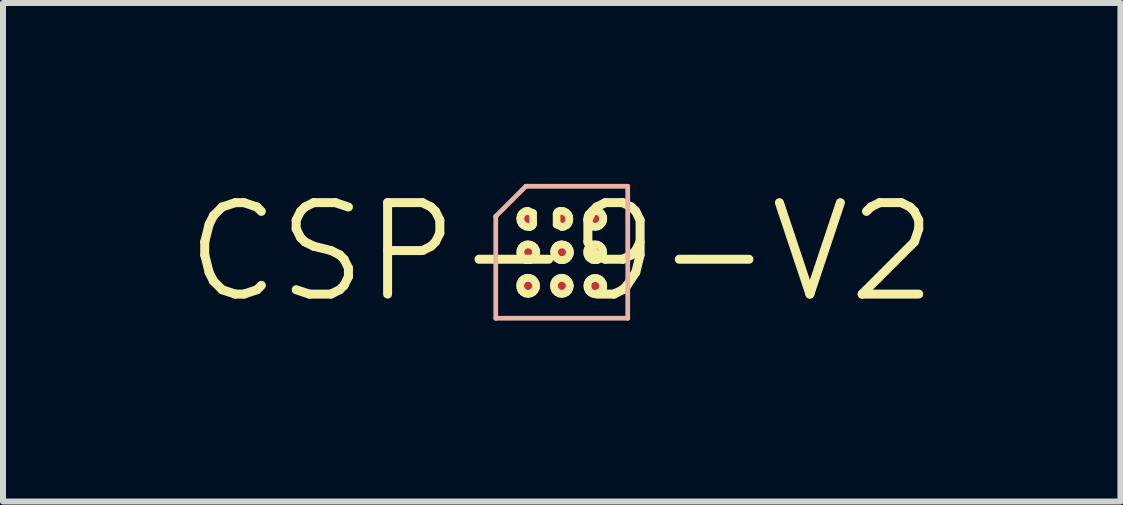
<source format=kicad_pcb>
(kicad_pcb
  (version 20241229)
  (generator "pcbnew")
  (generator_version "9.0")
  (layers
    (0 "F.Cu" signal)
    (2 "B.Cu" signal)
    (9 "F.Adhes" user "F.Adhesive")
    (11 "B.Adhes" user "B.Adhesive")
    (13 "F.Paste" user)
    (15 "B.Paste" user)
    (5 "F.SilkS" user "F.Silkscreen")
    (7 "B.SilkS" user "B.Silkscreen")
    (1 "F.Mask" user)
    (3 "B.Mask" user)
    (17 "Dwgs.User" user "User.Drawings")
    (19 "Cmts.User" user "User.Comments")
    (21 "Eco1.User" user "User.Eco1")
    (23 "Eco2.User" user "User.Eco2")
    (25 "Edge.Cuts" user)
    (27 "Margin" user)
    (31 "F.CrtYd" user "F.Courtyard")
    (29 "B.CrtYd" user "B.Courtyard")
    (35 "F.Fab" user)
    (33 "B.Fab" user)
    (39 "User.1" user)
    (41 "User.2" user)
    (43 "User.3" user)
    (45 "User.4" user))
  (footprint "CSP-9-V2"
    (layer "F.Cu")
    (at 6.314 1.155)
    (property "Reference" "CSP-9-V2" (at 0 0 0) (layer "F.SilkS") (effects (font (size 1.524 1.524) (thickness 0.15))))
    (attr smd)
    (fp_line (start -0.724 -0.559) (end -0.721 -0.516) (stroke (width 0.025) (type solid)) (layer "B.Cu"))
    (fp_line (start -0.721 -0.516) (end -0.706 -0.478) (stroke (width 0.025) (type solid)) (layer "B.Cu"))
    (fp_line (start -0.719 -0.602) (end -0.724 -0.559) (stroke (width 0.025) (type solid)) (layer "B.Cu"))
    (fp_line (start -0.706 -0.478) (end -0.683 -0.445) (stroke (width 0.025) (type solid)) (layer "B.Cu"))
    (fp_line (start -0.704 -0.64) (end -0.719 -0.602) (stroke (width 0.025) (type solid)) (layer "B.Cu"))
    (fp_line (start -0.683 -0.445) (end -0.65 -0.419) (stroke (width 0.025) (type solid)) (layer "B.Cu"))
    (fp_line (start -0.676 -0.676) (end -0.704 -0.64) (stroke (width 0.025) (type solid)) (layer "B.Cu"))
    (fp_line (start -0.65 -0.419) (end -0.612 -0.401) (stroke (width 0.025) (type solid)) (layer "B.Cu"))
    (fp_line (start -0.64 -0.704) (end -0.676 -0.676) (stroke (width 0.025) (type solid)) (layer "B.Cu"))
    (fp_line (start -0.612 -0.401) (end -0.572 -0.394) (stroke (width 0.025) (type solid)) (layer "B.Cu"))
    (fp_line (start -0.602 -0.719) (end -0.64 -0.704) (stroke (width 0.025) (type solid)) (layer "B.Cu"))
    (fp_line (start -0.572 -0.394) (end -0.536 -0.396) (stroke (width 0.025) (type solid)) (layer "B.Cu"))
    (fp_line (start -0.559 -0.724) (end -0.602 -0.719) (stroke (width 0.025) (type solid)) (layer "B.Cu"))
    (fp_line (start -0.536 -0.396) (end -0.503 -0.406) (stroke (width 0.025) (type solid)) (layer "B.Cu"))
    (fp_line (start -0.521 -0.716) (end -0.559 -0.724) (stroke (width 0.025) (type solid)) (layer "B.Cu"))
    (fp_line (start -0.503 -0.406) (end -0.475 -0.427) (stroke (width 0.025) (type solid)) (layer "B.Cu"))
    (fp_line (start -0.485 -0.701) (end -0.521 -0.716) (stroke (width 0.025) (type solid)) (layer "B.Cu"))
    (fp_line (start -0.475 -0.427) (end -0.452 -0.452) (stroke (width 0.025) (type solid)) (layer "B.Cu"))
    (fp_line (start -0.457 -0.678) (end -0.485 -0.701) (stroke (width 0.025) (type solid)) (layer "B.Cu"))
    (fp_line (start -0.455 -0.673) (end -0.457 -0.678) (stroke (width 0.025) (type solid)) (layer "B.Cu"))
    (fp_line (start -0.452 -0.452) (end -0.45 -0.457) (stroke (width 0.025) (type solid)) (layer "B.Cu"))
    (fp_line (start -0.45 -0.457) (end -0.445 -0.64) (stroke (width 0.025) (type solid)) (layer "B.Cu"))
    (fp_line (start -0.447 -0.668) (end -0.455 -0.673) (stroke (width 0.025) (type solid)) (layer "B.Cu"))
    (fp_line (start -0.445 -0.64) (end -0.447 -0.668) (stroke (width 0.025) (type solid)) (layer "B.Cu"))
    (fp_line (start -0.117 -0.478) (end -0.114 -0.45) (stroke (width 0.025) (type solid)) (layer "B.Cu"))
    (fp_line (start -0.114 -0.45) (end -0.107 -0.445) (stroke (width 0.025) (type solid)) (layer "B.Cu"))
    (fp_line (start -0.112 -0.66) (end -0.117 -0.478) (stroke (width 0.025) (type solid)) (layer "B.Cu"))
    (fp_line (start -0.109 -0.665) (end -0.112 -0.66) (stroke (width 0.025) (type solid)) (layer "B.Cu"))
    (fp_line (start -0.107 -0.445) (end -0.104 -0.439) (stroke (width 0.025) (type solid)) (layer "B.Cu"))
    (fp_line (start -0.104 -0.439) (end -0.076 -0.417) (stroke (width 0.025) (type solid)) (layer "B.Cu"))
    (fp_line (start -0.086 -0.691) (end -0.109 -0.665) (stroke (width 0.025) (type solid)) (layer "B.Cu"))
    (fp_line (start -0.076 -0.417) (end -0.041 -0.401) (stroke (width 0.025) (type solid)) (layer "B.Cu"))
    (fp_line (start -0.058 -0.711) (end -0.086 -0.691) (stroke (width 0.025) (type solid)) (layer "B.Cu"))
    (fp_line (start -0.041 -0.401) (end -0.005 -0.394) (stroke (width 0.025) (type solid)) (layer "B.Cu"))
    (fp_line (start -0.025 -0.721) (end -0.058 -0.711) (stroke (width 0.025) (type solid)) (layer "B.Cu"))
    (fp_line (start -0.005 -0.394) (end 0.038 -0.399) (stroke (width 0.025) (type solid)) (layer "B.Cu"))
    (fp_line (start 0.008 -0.724) (end -0.025 -0.721) (stroke (width 0.025) (type solid)) (layer "B.Cu"))
    (fp_line (start 0.038 -0.399) (end 0.076 -0.414) (stroke (width 0.025) (type solid)) (layer "B.Cu"))
    (fp_line (start 0.048 -0.716) (end 0.008 -0.724) (stroke (width 0.025) (type solid)) (layer "B.Cu"))
    (fp_line (start 0.076 -0.414) (end 0.112 -0.442) (stroke (width 0.025) (type solid)) (layer "B.Cu"))
    (fp_line (start 0.086 -0.699) (end 0.048 -0.716) (stroke (width 0.025) (type solid)) (layer "B.Cu"))
    (fp_line (start 0.112 -0.442) (end 0.14 -0.478) (stroke (width 0.025) (type solid)) (layer "B.Cu"))
    (fp_line (start 0.119 -0.673) (end 0.086 -0.699) (stroke (width 0.025) (type solid)) (layer "B.Cu"))
    (fp_line (start 0.14 -0.478) (end 0.155 -0.516) (stroke (width 0.025) (type solid)) (layer "B.Cu"))
    (fp_line (start 0.142 -0.64) (end 0.119 -0.673) (stroke (width 0.025) (type solid)) (layer "B.Cu"))
    (fp_line (start 0.155 -0.516) (end 0.16 -0.561) (stroke (width 0.025) (type solid)) (layer "B.Cu"))
    (fp_line (start 0.157 -0.602) (end 0.142 -0.64) (stroke (width 0.025) (type solid)) (layer "B.Cu"))
    (fp_line (start 0.16 -0.561) (end 0.157 -0.602) (stroke (width 0.025) (type solid)) (layer "B.Cu"))
    (fp_line (start -0.724 -0.559) (end -0.721 -0.516) (stroke (width 0.025) (type solid)) (layer "F.SilkS"))
    (fp_line (start -0.721 -0.516) (end -0.706 -0.478) (stroke (width 0.025) (type solid)) (layer "F.SilkS"))
    (fp_line (start -0.719 -0.602) (end -0.724 -0.559) (stroke (width 0.025) (type solid)) (layer "F.SilkS"))
    (fp_line (start -0.706 -0.478) (end -0.683 -0.445) (stroke (width 0.025) (type solid)) (layer "F.SilkS"))
    (fp_line (start -0.704 -0.64) (end -0.719 -0.602) (stroke (width 0.025) (type solid)) (layer "F.SilkS"))
    (fp_line (start -0.693 0.556) (end -0.688 0.599) (stroke (width 0.127) (type solid)) (layer "F.SilkS"))
    (fp_line (start -0.691 -0.561) (end -0.686 -0.518) (stroke (width 0.127) (type solid)) (layer "F.SilkS"))
    (fp_line (start -0.691 -0.003) (end -0.686 0.038) (stroke (width 0.127) (type solid)) (layer "F.SilkS"))
    (fp_line (start -0.688 0.518) (end -0.693 0.556) (stroke (width 0.127) (type solid)) (layer "F.SilkS"))
    (fp_line (start -0.688 0.599) (end -0.671 0.638) (stroke (width 0.127) (type solid)) (layer "F.SilkS"))
    (fp_line (start -0.686 -0.599) (end -0.691 -0.561) (stroke (width 0.127) (type solid)) (layer "F.SilkS"))
    (fp_line (start -0.686 -0.518) (end -0.668 -0.48) (stroke (width 0.127) (type solid)) (layer "F.SilkS"))
    (fp_line (start -0.686 -0.041) (end -0.691 -0.003) (stroke (width 0.127) (type solid)) (layer "F.SilkS"))
    (fp_line (start -0.686 0.038) (end -0.668 0.076) (stroke (width 0.127) (type solid)) (layer "F.SilkS"))
    (fp_line (start -0.683 -0.445) (end -0.65 -0.419) (stroke (width 0.025) (type solid)) (layer "F.SilkS"))
    (fp_line (start -0.676 -0.676) (end -0.704 -0.64) (stroke (width 0.025) (type solid)) (layer "F.SilkS"))
    (fp_line (start -0.671 0.48) (end -0.688 0.518) (stroke (width 0.127) (type solid)) (layer "F.SilkS"))
    (fp_line (start -0.671 0.638) (end -0.64 0.668) (stroke (width 0.127) (type solid)) (layer "F.SilkS"))
    (fp_line (start -0.668 -0.638) (end -0.686 -0.599) (stroke (width 0.127) (type solid)) (layer "F.SilkS"))
    (fp_line (start -0.668 -0.48) (end -0.638 -0.45) (stroke (width 0.127) (type solid)) (layer "F.SilkS"))
    (fp_line (start -0.668 -0.079) (end -0.686 -0.041) (stroke (width 0.127) (type solid)) (layer "F.SilkS"))
    (fp_line (start -0.668 0.076) (end -0.638 0.107) (stroke (width 0.127) (type solid)) (layer "F.SilkS"))
    (fp_line (start -0.65 -0.419) (end -0.612 -0.401) (stroke (width 0.025) (type solid)) (layer "F.SilkS"))
    (fp_line (start -0.643 0.452) (end -0.671 0.48) (stroke (width 0.127) (type solid)) (layer "F.SilkS"))
    (fp_line (start -0.64 -0.704) (end -0.676 -0.676) (stroke (width 0.025) (type solid)) (layer "F.SilkS"))
    (fp_line (start -0.64 -0.665) (end -0.668 -0.638) (stroke (width 0.127) (type solid)) (layer "F.SilkS"))
    (fp_line (start -0.64 -0.107) (end -0.668 -0.079) (stroke (width 0.127) (type solid)) (layer "F.SilkS"))
    (fp_line (start -0.64 0.668) (end -0.605 0.688) (stroke (width 0.127) (type solid)) (layer "F.SilkS"))
    (fp_line (start -0.638 -0.45) (end -0.602 -0.429) (stroke (width 0.127) (type solid)) (layer "F.SilkS"))
    (fp_line (start -0.638 0.107) (end -0.602 0.127) (stroke (width 0.127) (type solid)) (layer "F.SilkS"))
    (fp_line (start -0.612 -0.401) (end -0.572 -0.394) (stroke (width 0.025) (type solid)) (layer "F.SilkS"))
    (fp_line (start -0.605 0.432) (end -0.643 0.452) (stroke (width 0.127) (type solid)) (layer "F.SilkS"))
    (fp_line (start -0.605 0.688) (end -0.561 0.693) (stroke (width 0.127) (type solid)) (layer "F.SilkS"))
    (fp_line (start -0.602 -0.719) (end -0.64 -0.704) (stroke (width 0.025) (type solid)) (layer "F.SilkS"))
    (fp_line (start -0.602 -0.686) (end -0.64 -0.665) (stroke (width 0.127) (type solid)) (layer "F.SilkS"))
    (fp_line (start -0.602 -0.429) (end -0.559 -0.424) (stroke (width 0.127) (type solid)) (layer "F.SilkS"))
    (fp_line (start -0.602 -0.127) (end -0.64 -0.107) (stroke (width 0.127) (type solid)) (layer "F.SilkS"))
    (fp_line (start -0.602 0.127) (end -0.559 0.132) (stroke (width 0.127) (type solid)) (layer "F.SilkS"))
    (fp_line (start -0.572 -0.394) (end -0.536 -0.396) (stroke (width 0.025) (type solid)) (layer "F.SilkS"))
    (fp_line (start -0.564 -0.691) (end -0.602 -0.686) (stroke (width 0.127) (type solid)) (layer "F.SilkS"))
    (fp_line (start -0.564 -0.132) (end -0.602 -0.127) (stroke (width 0.127) (type solid)) (layer "F.SilkS"))
    (fp_line (start -0.564 0.424) (end -0.605 0.432) (stroke (width 0.127) (type solid)) (layer "F.SilkS"))
    (fp_line (start -0.561 0.693) (end -0.521 0.688) (stroke (width 0.127) (type solid)) (layer "F.SilkS"))
    (fp_line (start -0.559 -0.724) (end -0.602 -0.719) (stroke (width 0.025) (type solid)) (layer "F.SilkS"))
    (fp_line (start -0.559 -0.424) (end -0.538 -0.422) (stroke (width 0.127) (type solid)) (layer "F.SilkS"))
    (fp_line (start -0.559 0.132) (end -0.518 0.127) (stroke (width 0.127) (type solid)) (layer "F.SilkS"))
    (fp_line (start -0.538 -0.422) (end -0.518 -0.427) (stroke (width 0.127) (type solid)) (layer "F.SilkS"))
    (fp_line (start -0.536 -0.396) (end -0.503 -0.406) (stroke (width 0.025) (type solid)) (layer "F.SilkS"))
    (fp_line (start -0.523 0.432) (end -0.564 0.424) (stroke (width 0.127) (type solid)) (layer "F.SilkS"))
    (fp_line (start -0.521 -0.716) (end -0.559 -0.724) (stroke (width 0.025) (type solid)) (layer "F.SilkS"))
    (fp_line (start -0.521 -0.127) (end -0.564 -0.132) (stroke (width 0.127) (type solid)) (layer "F.SilkS"))
    (fp_line (start -0.521 0.688) (end -0.483 0.668) (stroke (width 0.127) (type solid)) (layer "F.SilkS"))
    (fp_line (start -0.518 -0.427) (end -0.498 -0.437) (stroke (width 0.127) (type solid)) (layer "F.SilkS"))
    (fp_line (start -0.518 0.127) (end -0.48 0.107) (stroke (width 0.127) (type solid)) (layer "F.SilkS"))
    (fp_line (start -0.503 -0.406) (end -0.475 -0.427) (stroke (width 0.025) (type solid)) (layer "F.SilkS"))
    (fp_line (start -0.498 -0.437) (end -0.485 -0.455) (stroke (width 0.127) (type solid)) (layer "F.SilkS"))
    (fp_line (start -0.485 -0.701) (end -0.521 -0.716) (stroke (width 0.025) (type solid)) (layer "F.SilkS"))
    (fp_line (start -0.485 -0.455) (end -0.475 -0.475) (stroke (width 0.127) (type solid)) (layer "F.SilkS"))
    (fp_line (start -0.485 0.45) (end -0.523 0.432) (stroke (width 0.127) (type solid)) (layer "F.SilkS"))
    (fp_line (start -0.483 -0.109) (end -0.521 -0.127) (stroke (width 0.127) (type solid)) (layer "F.SilkS"))
    (fp_line (start -0.483 0.668) (end -0.455 0.64) (stroke (width 0.127) (type solid)) (layer "F.SilkS"))
    (fp_line (start -0.48 0.107) (end -0.452 0.079) (stroke (width 0.127) (type solid)) (layer "F.SilkS"))
    (fp_line (start -0.478 -0.653) (end -0.564 -0.691) (stroke (width 0.127) (type solid)) (layer "F.SilkS"))
    (fp_line (start -0.475 -0.475) (end -0.478 -0.653) (stroke (width 0.127) (type solid)) (layer "F.SilkS"))
    (fp_line (start -0.475 -0.427) (end -0.452 -0.452) (stroke (width 0.025) (type solid)) (layer "F.SilkS"))
    (fp_line (start -0.457 -0.678) (end -0.485 -0.701) (stroke (width 0.025) (type solid)) (layer "F.SilkS"))
    (fp_line (start -0.455 -0.673) (end -0.457 -0.678) (stroke (width 0.025) (type solid)) (layer "F.SilkS"))
    (fp_line (start -0.455 0.48) (end -0.485 0.45) (stroke (width 0.127) (type solid)) (layer "F.SilkS"))
    (fp_line (start -0.455 0.64) (end -0.434 0.602) (stroke (width 0.127) (type solid)) (layer "F.SilkS"))
    (fp_line (start -0.452 -0.452) (end -0.45 -0.457) (stroke (width 0.025) (type solid)) (layer "F.SilkS"))
    (fp_line (start -0.452 -0.079) (end -0.483 -0.109) (stroke (width 0.127) (type solid)) (layer "F.SilkS"))
    (fp_line (start -0.452 0.079) (end -0.432 0.041) (stroke (width 0.127) (type solid)) (layer "F.SilkS"))
    (fp_line (start -0.45 -0.457) (end -0.445 -0.64) (stroke (width 0.025) (type solid)) (layer "F.SilkS"))
    (fp_line (start -0.447 -0.668) (end -0.455 -0.673) (stroke (width 0.025) (type solid)) (layer "F.SilkS"))
    (fp_line (start -0.445 -0.64) (end -0.447 -0.668) (stroke (width 0.025) (type solid)) (layer "F.SilkS"))
    (fp_line (start -0.434 0.518) (end -0.455 0.48) (stroke (width 0.127) (type solid)) (layer "F.SilkS"))
    (fp_line (start -0.434 0.602) (end -0.427 0.559) (stroke (width 0.127) (type solid)) (layer "F.SilkS"))
    (fp_line (start -0.432 -0.041) (end -0.452 -0.079) (stroke (width 0.127) (type solid)) (layer "F.SilkS"))
    (fp_line (start -0.432 0.041) (end -0.424 0) (stroke (width 0.127) (type solid)) (layer "F.SilkS"))
    (fp_line (start -0.427 0.559) (end -0.434 0.518) (stroke (width 0.127) (type solid)) (layer "F.SilkS"))
    (fp_line (start -0.424 0) (end -0.432 -0.041) (stroke (width 0.127) (type solid)) (layer "F.SilkS"))
    (fp_line (start -0.13 0.556) (end -0.124 0.599) (stroke (width 0.127) (type solid)) (layer "F.SilkS"))
    (fp_line (start -0.127 -0.003) (end -0.122 0.038) (stroke (width 0.127) (type solid)) (layer "F.SilkS"))
    (fp_line (start -0.124 0.518) (end -0.13 0.556) (stroke (width 0.127) (type solid)) (layer "F.SilkS"))
    (fp_line (start -0.124 0.599) (end -0.107 0.638) (stroke (width 0.127) (type solid)) (layer "F.SilkS"))
    (fp_line (start -0.122 -0.041) (end -0.127 -0.003) (stroke (width 0.127) (type solid)) (layer "F.SilkS"))
    (fp_line (start -0.122 0.038) (end -0.104 0.076) (stroke (width 0.127) (type solid)) (layer "F.SilkS"))
    (fp_line (start -0.117 -0.478) (end -0.114 -0.45) (stroke (width 0.025) (type solid)) (layer "F.SilkS"))
    (fp_line (start -0.114 -0.45) (end -0.107 -0.445) (stroke (width 0.025) (type solid)) (layer "F.SilkS"))
    (fp_line (start -0.112 -0.66) (end -0.117 -0.478) (stroke (width 0.025) (type solid)) (layer "F.SilkS"))
    (fp_line (start -0.109 -0.665) (end -0.112 -0.66) (stroke (width 0.025) (type solid)) (layer "F.SilkS"))
    (fp_line (start -0.107 -0.445) (end -0.104 -0.439) (stroke (width 0.025) (type solid)) (layer "F.SilkS"))
    (fp_line (start -0.107 0.48) (end -0.124 0.518) (stroke (width 0.127) (type solid)) (layer "F.SilkS"))
    (fp_line (start -0.107 0.638) (end -0.076 0.668) (stroke (width 0.127) (type solid)) (layer "F.SilkS"))
    (fp_line (start -0.104 -0.439) (end -0.076 -0.417) (stroke (width 0.025) (type solid)) (layer "F.SilkS"))
    (fp_line (start -0.104 -0.079) (end -0.122 -0.041) (stroke (width 0.127) (type solid)) (layer "F.SilkS"))
    (fp_line (start -0.104 0.076) (end -0.074 0.107) (stroke (width 0.127) (type solid)) (layer "F.SilkS"))
    (fp_line (start -0.086 -0.691) (end -0.109 -0.665) (stroke (width 0.025) (type solid)) (layer "F.SilkS"))
    (fp_line (start -0.086 -0.64) (end -0.086 -0.462) (stroke (width 0.127) (type solid)) (layer "F.SilkS"))
    (fp_line (start -0.086 -0.462) (end 0 -0.422) (stroke (width 0.127) (type solid)) (layer "F.SilkS"))
    (fp_line (start -0.079 0.452) (end -0.107 0.48) (stroke (width 0.127) (type solid)) (layer "F.SilkS"))
    (fp_line (start -0.076 -0.658) (end -0.086 -0.64) (stroke (width 0.127) (type solid)) (layer "F.SilkS"))
    (fp_line (start -0.076 -0.417) (end -0.041 -0.401) (stroke (width 0.025) (type solid)) (layer "F.SilkS"))
    (fp_line (start -0.076 -0.107) (end -0.104 -0.079) (stroke (width 0.127) (type solid)) (layer "F.SilkS"))
    (fp_line (start -0.076 0.668) (end -0.041 0.688) (stroke (width 0.127) (type solid)) (layer "F.SilkS"))
    (fp_line (start -0.074 0.107) (end -0.038 0.127) (stroke (width 0.127) (type solid)) (layer "F.SilkS"))
    (fp_line (start -0.064 -0.676) (end -0.076 -0.658) (stroke (width 0.127) (type solid)) (layer "F.SilkS"))
    (fp_line (start -0.058 -0.711) (end -0.086 -0.691) (stroke (width 0.025) (type solid)) (layer "F.SilkS"))
    (fp_line (start -0.043 -0.686) (end -0.064 -0.676) (stroke (width 0.127) (type solid)) (layer "F.SilkS"))
    (fp_line (start -0.041 -0.401) (end -0.005 -0.394) (stroke (width 0.025) (type solid)) (layer "F.SilkS"))
    (fp_line (start -0.041 0.432) (end -0.079 0.452) (stroke (width 0.127) (type solid)) (layer "F.SilkS"))
    (fp_line (start -0.041 0.688) (end 0 0.693) (stroke (width 0.127) (type solid)) (layer "F.SilkS"))
    (fp_line (start -0.038 -0.127) (end -0.076 -0.107) (stroke (width 0.127) (type solid)) (layer "F.SilkS"))
    (fp_line (start -0.038 0.127) (end 0.003 0.132) (stroke (width 0.127) (type solid)) (layer "F.SilkS"))
    (fp_line (start -0.025 -0.721) (end -0.058 -0.711) (stroke (width 0.025) (type solid)) (layer "F.SilkS"))
    (fp_line (start -0.023 -0.691) (end -0.043 -0.686) (stroke (width 0.127) (type solid)) (layer "F.SilkS"))
    (fp_line (start -0.005 -0.394) (end 0.038 -0.399) (stroke (width 0.025) (type solid)) (layer "F.SilkS"))
    (fp_line (start -0.003 -0.691) (end -0.023 -0.691) (stroke (width 0.127) (type solid)) (layer "F.SilkS"))
    (fp_line (start 0 -0.422) (end 0.038 -0.427) (stroke (width 0.127) (type solid)) (layer "F.SilkS"))
    (fp_line (start 0 -0.132) (end -0.038 -0.127) (stroke (width 0.127) (type solid)) (layer "F.SilkS"))
    (fp_line (start 0 0.424) (end -0.041 0.432) (stroke (width 0.127) (type solid)) (layer "F.SilkS"))
    (fp_line (start 0 0.693) (end 0.041 0.688) (stroke (width 0.127) (type solid)) (layer "F.SilkS"))
    (fp_line (start 0.003 0.132) (end 0.043 0.127) (stroke (width 0.127) (type solid)) (layer "F.SilkS"))
    (fp_line (start 0.008 -0.724) (end -0.025 -0.721) (stroke (width 0.025) (type solid)) (layer "F.SilkS"))
    (fp_line (start 0.038 -0.683) (end -0.003 -0.691) (stroke (width 0.127) (type solid)) (layer "F.SilkS"))
    (fp_line (start 0.038 -0.427) (end 0.076 -0.447) (stroke (width 0.127) (type solid)) (layer "F.SilkS"))
    (fp_line (start 0.038 -0.399) (end 0.076 -0.414) (stroke (width 0.025) (type solid)) (layer "F.SilkS"))
    (fp_line (start 0.038 0.432) (end 0 0.424) (stroke (width 0.127) (type solid)) (layer "F.SilkS"))
    (fp_line (start 0.041 -0.127) (end 0 -0.132) (stroke (width 0.127) (type solid)) (layer "F.SilkS"))
    (fp_line (start 0.041 0.688) (end 0.079 0.668) (stroke (width 0.127) (type solid)) (layer "F.SilkS"))
    (fp_line (start 0.043 0.127) (end 0.081 0.107) (stroke (width 0.127) (type solid)) (layer "F.SilkS"))
    (fp_line (start 0.048 -0.716) (end 0.008 -0.724) (stroke (width 0.025) (type solid)) (layer "F.SilkS"))
    (fp_line (start 0.074 -0.663) (end 0.038 -0.683) (stroke (width 0.127) (type solid)) (layer "F.SilkS"))
    (fp_line (start 0.076 -0.447) (end 0.104 -0.475) (stroke (width 0.127) (type solid)) (layer "F.SilkS"))
    (fp_line (start 0.076 -0.414) (end 0.112 -0.442) (stroke (width 0.025) (type solid)) (layer "F.SilkS"))
    (fp_line (start 0.076 0.45) (end 0.038 0.432) (stroke (width 0.127) (type solid)) (layer "F.SilkS"))
    (fp_line (start 0.079 -0.109) (end 0.041 -0.127) (stroke (width 0.127) (type solid)) (layer "F.SilkS"))
    (fp_line (start 0.079 0.668) (end 0.107 0.64) (stroke (width 0.127) (type solid)) (layer "F.SilkS"))
    (fp_line (start 0.081 0.107) (end 0.109 0.079) (stroke (width 0.127) (type solid)) (layer "F.SilkS"))
    (fp_line (start 0.086 -0.699) (end 0.048 -0.716) (stroke (width 0.025) (type solid)) (layer "F.SilkS"))
    (fp_line (start 0.104 -0.632) (end 0.074 -0.663) (stroke (width 0.127) (type solid)) (layer "F.SilkS"))
    (fp_line (start 0.104 -0.475) (end 0.122 -0.513) (stroke (width 0.127) (type solid)) (layer "F.SilkS"))
    (fp_line (start 0.107 0.48) (end 0.076 0.45) (stroke (width 0.127) (type solid)) (layer "F.SilkS"))
    (fp_line (start 0.107 0.64) (end 0.127 0.602) (stroke (width 0.127) (type solid)) (layer "F.SilkS"))
    (fp_line (start 0.109 -0.079) (end 0.079 -0.109) (stroke (width 0.127) (type solid)) (layer "F.SilkS"))
    (fp_line (start 0.109 0.079) (end 0.13 0.041) (stroke (width 0.127) (type solid)) (layer "F.SilkS"))
    (fp_line (start 0.112 -0.442) (end 0.14 -0.478) (stroke (width 0.025) (type solid)) (layer "F.SilkS"))
    (fp_line (start 0.119 -0.673) (end 0.086 -0.699) (stroke (width 0.025) (type solid)) (layer "F.SilkS"))
    (fp_line (start 0.122 -0.594) (end 0.104 -0.632) (stroke (width 0.127) (type solid)) (layer "F.SilkS"))
    (fp_line (start 0.122 -0.513) (end 0.127 -0.551) (stroke (width 0.127) (type solid)) (layer "F.SilkS"))
    (fp_line (start 0.127 -0.551) (end 0.122 -0.594) (stroke (width 0.127) (type solid)) (layer "F.SilkS"))
    (fp_line (start 0.127 0.518) (end 0.107 0.48) (stroke (width 0.127) (type solid)) (layer "F.SilkS"))
    (fp_line (start 0.127 0.602) (end 0.135 0.559) (stroke (width 0.127) (type solid)) (layer "F.SilkS"))
    (fp_line (start 0.13 -0.041) (end 0.109 -0.079) (stroke (width 0.127) (type solid)) (layer "F.SilkS"))
    (fp_line (start 0.13 0.041) (end 0.137 0) (stroke (width 0.127) (type solid)) (layer "F.SilkS"))
    (fp_line (start 0.135 0.559) (end 0.127 0.518) (stroke (width 0.127) (type solid)) (layer "F.SilkS"))
    (fp_line (start 0.137 0) (end 0.13 -0.041) (stroke (width 0.127) (type solid)) (layer "F.SilkS"))
    (fp_line (start 0.14 -0.478) (end 0.155 -0.516) (stroke (width 0.025) (type solid)) (layer "F.SilkS"))
    (fp_line (start 0.142 -0.64) (end 0.119 -0.673) (stroke (width 0.025) (type solid)) (layer "F.SilkS"))
    (fp_line (start 0.155 -0.516) (end 0.16 -0.561) (stroke (width 0.025) (type solid)) (layer "F.SilkS"))
    (fp_line (start 0.157 -0.602) (end 0.142 -0.64) (stroke (width 0.025) (type solid)) (layer "F.SilkS"))
    (fp_line (start 0.16 -0.561) (end 0.157 -0.602) (stroke (width 0.025) (type solid)) (layer "F.SilkS"))
    (fp_line (start 0.424 -0.003) (end 0.429 0.038) (stroke (width 0.127) (type solid)) (layer "F.SilkS"))
    (fp_line (start 0.427 -0.561) (end 0.432 -0.518) (stroke (width 0.127) (type solid)) (layer "F.SilkS"))
    (fp_line (start 0.427 0.559) (end 0.432 0.602) (stroke (width 0.127) (type solid)) (layer "F.SilkS"))
    (fp_line (start 0.429 -0.041) (end 0.424 -0.003) (stroke (width 0.127) (type solid)) (layer "F.SilkS"))
    (fp_line (start 0.429 0.038) (end 0.447 0.076) (stroke (width 0.127) (type solid)) (layer "F.SilkS"))
    (fp_line (start 0.432 -0.599) (end 0.427 -0.561) (stroke (width 0.127) (type solid)) (layer "F.SilkS"))
    (fp_line (start 0.432 -0.518) (end 0.45 -0.48) (stroke (width 0.127) (type solid)) (layer "F.SilkS"))
    (fp_line (start 0.432 0.521) (end 0.427 0.559) (stroke (width 0.127) (type solid)) (layer "F.SilkS"))
    (fp_line (start 0.432 0.602) (end 0.45 0.64) (stroke (width 0.127) (type solid)) (layer "F.SilkS"))
    (fp_line (start 0.447 -0.079) (end 0.429 -0.041) (stroke (width 0.127) (type solid)) (layer "F.SilkS"))
    (fp_line (start 0.447 0.076) (end 0.478 0.107) (stroke (width 0.127) (type solid)) (layer "F.SilkS"))
    (fp_line (start 0.45 -0.638) (end 0.432 -0.599) (stroke (width 0.127) (type solid)) (layer "F.SilkS"))
    (fp_line (start 0.45 -0.48) (end 0.48 -0.45) (stroke (width 0.127) (type solid)) (layer "F.SilkS"))
    (fp_line (start 0.45 0.483) (end 0.432 0.521) (stroke (width 0.127) (type solid)) (layer "F.SilkS"))
    (fp_line (start 0.45 0.64) (end 0.48 0.671) (stroke (width 0.127) (type solid)) (layer "F.SilkS"))
    (fp_line (start 0.475 -0.107) (end 0.447 -0.079) (stroke (width 0.127) (type solid)) (layer "F.SilkS"))
    (fp_line (start 0.478 -0.665) (end 0.45 -0.638) (stroke (width 0.127) (type solid)) (layer "F.SilkS"))
    (fp_line (start 0.478 0.107) (end 0.513 0.127) (stroke (width 0.127) (type solid)) (layer "F.SilkS"))
    (fp_line (start 0.478 0.455) (end 0.45 0.483) (stroke (width 0.127) (type solid)) (layer "F.SilkS"))
    (fp_line (start 0.48 -0.45) (end 0.516 -0.429) (stroke (width 0.127) (type solid)) (layer "F.SilkS"))
    (fp_line (start 0.48 0.671) (end 0.516 0.691) (stroke (width 0.127) (type solid)) (layer "F.SilkS"))
    (fp_line (start 0.513 -0.127) (end 0.475 -0.107) (stroke (width 0.127) (type solid)) (layer "F.SilkS"))
    (fp_line (start 0.513 0.127) (end 0.556 0.132) (stroke (width 0.127) (type solid)) (layer "F.SilkS"))
    (fp_line (start 0.516 -0.686) (end 0.478 -0.665) (stroke (width 0.127) (type solid)) (layer "F.SilkS"))
    (fp_line (start 0.516 -0.429) (end 0.559 -0.424) (stroke (width 0.127) (type solid)) (layer "F.SilkS"))
    (fp_line (start 0.516 0.434) (end 0.478 0.455) (stroke (width 0.127) (type solid)) (layer "F.SilkS"))
    (fp_line (start 0.516 0.691) (end 0.559 0.699) (stroke (width 0.127) (type solid)) (layer "F.SilkS"))
    (fp_line (start 0.551 -0.132) (end 0.513 -0.127) (stroke (width 0.127) (type solid)) (layer "F.SilkS"))
    (fp_line (start 0.556 -0.691) (end 0.516 -0.686) (stroke (width 0.127) (type solid)) (layer "F.SilkS"))
    (fp_line (start 0.556 0.132) (end 0.597 0.127) (stroke (width 0.127) (type solid)) (layer "F.SilkS"))
    (fp_line (start 0.556 0.429) (end 0.516 0.434) (stroke (width 0.127) (type solid)) (layer "F.SilkS"))
    (fp_line (start 0.559 -0.424) (end 0.599 -0.429) (stroke (width 0.127) (type solid)) (layer "F.SilkS"))
    (fp_line (start 0.559 0.699) (end 0.599 0.691) (stroke (width 0.127) (type solid)) (layer "F.SilkS"))
    (fp_line (start 0.594 -0.127) (end 0.551 -0.132) (stroke (width 0.127) (type solid)) (layer "F.SilkS"))
    (fp_line (start 0.597 -0.686) (end 0.556 -0.691) (stroke (width 0.127) (type solid)) (layer "F.SilkS"))
    (fp_line (start 0.597 0.127) (end 0.635 0.107) (stroke (width 0.127) (type solid)) (layer "F.SilkS"))
    (fp_line (start 0.597 0.434) (end 0.556 0.429) (stroke (width 0.127) (type solid)) (layer "F.SilkS"))
    (fp_line (start 0.599 -0.429) (end 0.638 -0.45) (stroke (width 0.127) (type solid)) (layer "F.SilkS"))
    (fp_line (start 0.599 0.691) (end 0.638 0.671) (stroke (width 0.127) (type solid)) (layer "F.SilkS"))
    (fp_line (start 0.632 -0.109) (end 0.594 -0.127) (stroke (width 0.127) (type solid)) (layer "F.SilkS"))
    (fp_line (start 0.635 -0.668) (end 0.597 -0.686) (stroke (width 0.127) (type solid)) (layer "F.SilkS"))
    (fp_line (start 0.635 0.107) (end 0.663 0.079) (stroke (width 0.127) (type solid)) (layer "F.SilkS"))
    (fp_line (start 0.635 0.452) (end 0.597 0.434) (stroke (width 0.127) (type solid)) (layer "F.SilkS"))
    (fp_line (start 0.638 -0.45) (end 0.665 -0.478) (stroke (width 0.127) (type solid)) (layer "F.SilkS"))
    (fp_line (start 0.638 0.671) (end 0.665 0.643) (stroke (width 0.127) (type solid)) (layer "F.SilkS"))
    (fp_line (start 0.663 -0.079) (end 0.632 -0.109) (stroke (width 0.127) (type solid)) (layer "F.SilkS"))
    (fp_line (start 0.663 0.079) (end 0.683 0.041) (stroke (width 0.127) (type solid)) (layer "F.SilkS"))
    (fp_line (start 0.665 -0.638) (end 0.635 -0.668) (stroke (width 0.127) (type solid)) (layer "F.SilkS"))
    (fp_line (start 0.665 -0.478) (end 0.686 -0.516) (stroke (width 0.127) (type solid)) (layer "F.SilkS"))
    (fp_line (start 0.665 0.483) (end 0.635 0.452) (stroke (width 0.127) (type solid)) (layer "F.SilkS"))
    (fp_line (start 0.665 0.643) (end 0.686 0.605) (stroke (width 0.127) (type solid)) (layer "F.SilkS"))
    (fp_line (start 0.683 -0.041) (end 0.663 -0.079) (stroke (width 0.127) (type solid)) (layer "F.SilkS"))
    (fp_line (start 0.683 0.041) (end 0.691 0) (stroke (width 0.127) (type solid)) (layer "F.SilkS"))
    (fp_line (start 0.686 -0.599) (end 0.665 -0.638) (stroke (width 0.127) (type solid)) (layer "F.SilkS"))
    (fp_line (start 0.686 -0.516) (end 0.693 -0.559) (stroke (width 0.127) (type solid)) (layer "F.SilkS"))
    (fp_line (start 0.686 0.521) (end 0.665 0.483) (stroke (width 0.127) (type solid)) (layer "F.SilkS"))
    (fp_line (start 0.686 0.605) (end 0.693 0.564) (stroke (width 0.127) (type solid)) (layer "F.SilkS"))
    (fp_line (start 0.691 0) (end 0.683 -0.041) (stroke (width 0.127) (type solid)) (layer "F.SilkS"))
    (fp_line (start 0.693 -0.559) (end 0.686 -0.599) (stroke (width 0.127) (type solid)) (layer "F.SilkS"))
    (fp_line (start 0.693 0.564) (end 0.686 0.521) (stroke (width 0.127) (type solid)) (layer "F.SilkS"))
    (fp_line (start -1.1 -0.599) (end -0.599 -1.1) (stroke (width 0.079) (type solid)) (layer "B.SilkS"))
    (fp_line (start -1.1 1.1) (end -1.1 -0.599) (stroke (width 0.079) (type solid)) (layer "B.SilkS"))
    (fp_line (start 1.1 -1.1) (end -0.599 -1.1) (stroke (width 0.079) (type solid)) (layer "B.SilkS"))
    (fp_line (start 1.1 -1.1) (end 1.1 1.1) (stroke (width 0.079) (type solid)) (layer "B.SilkS"))
    (fp_line (start 1.1 1.1) (end -1.1 1.1) (stroke (width 0.079) (type solid)) (layer "B.SilkS"))
    (pad "A1" smd circle (at -0.559 -0.559) (size 0.152 0.152) (layers "F.Cu" "F.Mask" "F.Paste"))
    (pad "A2" smd circle (at 0 -0.559) (size 0.152 0.152) (layers "F.Cu" "F.Mask" "F.Paste"))
    (pad "A3" smd circle (at 0.559 -0.559) (size 0.356 0.356) (layers "F.Cu" "F.Mask" "F.Paste"))
    (pad "B1" smd circle (at -0.559 0) (size 0.356 0.356) (layers "F.Cu" "F.Mask" "F.Paste"))
    (pad "B2" smd circle (at 0 0) (size 0.356 0.356) (layers "F.Cu" "F.Mask" "F.Paste"))
    (pad "B3" smd circle (at 0.559 0) (size 0.356 0.356) (layers "F.Cu" "F.Mask" "F.Paste"))
    (pad "C1" smd circle (at -0.559 0.559) (size 0.356 0.356) (layers "F.Cu" "F.Mask" "F.Paste"))
    (pad "C2" smd circle (at 0 0.559) (size 0.356 0.356) (layers "F.Cu" "F.Mask" "F.Paste"))
    (pad "C3" smd circle (at 0.559 0.559) (size 0.356 0.356) (layers "F.Cu" "F.Mask" "F.Paste")))
  (gr_rect
    (start -3 -3)
    (end 15.627 5.31)
    (stroke (width 0.1) (type default))
    (fill no)
    (layer "Edge.Cuts")))
</source>
